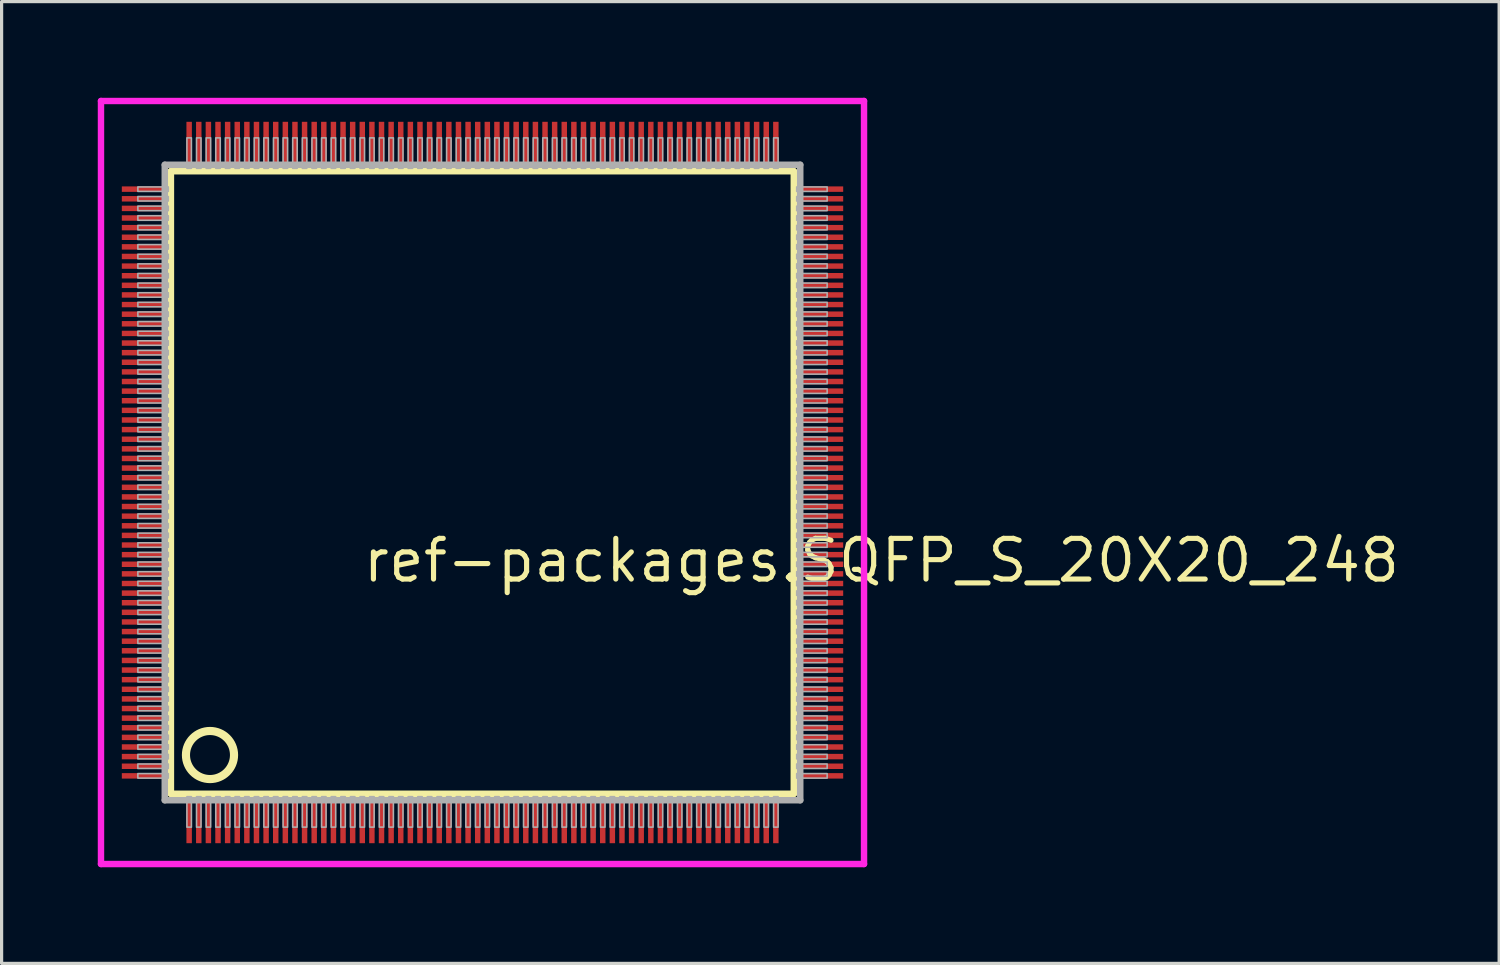
<source format=kicad_pcb>
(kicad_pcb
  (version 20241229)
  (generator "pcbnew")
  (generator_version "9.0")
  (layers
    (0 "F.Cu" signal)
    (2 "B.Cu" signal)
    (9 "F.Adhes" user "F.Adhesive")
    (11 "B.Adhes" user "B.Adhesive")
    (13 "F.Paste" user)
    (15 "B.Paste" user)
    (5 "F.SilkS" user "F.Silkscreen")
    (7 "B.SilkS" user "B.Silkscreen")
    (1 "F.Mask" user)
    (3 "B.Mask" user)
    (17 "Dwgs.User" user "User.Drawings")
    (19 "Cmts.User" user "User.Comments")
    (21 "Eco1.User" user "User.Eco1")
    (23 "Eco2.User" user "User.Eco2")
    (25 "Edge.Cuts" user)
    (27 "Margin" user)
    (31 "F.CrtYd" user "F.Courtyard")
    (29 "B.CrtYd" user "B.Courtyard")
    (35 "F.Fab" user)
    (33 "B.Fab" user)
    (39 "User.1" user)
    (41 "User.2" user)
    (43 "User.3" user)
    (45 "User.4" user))
  (footprint "ref-packages.SQFP_S_20X20_248"
    (layer "F.Cu")
    (at 12 12)
    (property "Reference" "ref-packages.SQFP_S_20X20_248" (at -3.81 3.175 0) (layer "F.SilkS") (effects (font (size 1.27 1.27) (thickness 0.16)) (justify left bottom)))
    (attr smd)
    (fp_line (start -9.72 -9.71) (end 9.71 -9.71) (stroke (width 0.203) (type default)) (layer "F.SilkS"))
    (fp_line (start -9.72 9.71) (end -9.72 -9.71) (stroke (width 0.203) (type default)) (layer "F.SilkS"))
    (fp_line (start 9.71 9.71) (end -9.72 9.71) (stroke (width 0.203) (type default)) (layer "F.SilkS"))
    (fp_line (start 9.71 -9.71) (end 9.71 9.71) (stroke (width 0.203) (type default)) (layer "F.SilkS"))
    (fp_circle (center -8.5 8.5) (end -7.75 8.5) (stroke (width 0.254) (type default)) (fill no) (layer "F.SilkS"))
    (fp_line (start -11.9 -11.9) (end 11.9 -11.9) (stroke (width 0.2) (type default)) (layer "F.CrtYd"))
    (fp_line (start -11.9 11.9) (end -11.9 -11.9) (stroke (width 0.2) (type default)) (layer "F.CrtYd"))
    (fp_line (start 11.9 -11.9) (end 11.9 11.9) (stroke (width 0.2) (type default)) (layer "F.CrtYd"))
    (fp_line (start 11.9 11.9) (end -11.9 11.9) (stroke (width 0.2) (type default)) (layer "F.CrtYd"))
    (fp_line (start -9.91 -9.91) (end -9.91 9.91) (stroke (width 0.203) (type default)) (layer "F.Fab"))
    (fp_line (start -9.91 9.91) (end 9.91 9.91) (stroke (width 0.203) (type default)) (layer "F.Fab"))
    (fp_line (start 9.91 -9.91) (end -9.91 -9.91) (stroke (width 0.203) (type default)) (layer "F.Fab"))
    (fp_line (start 9.91 9.91) (end 9.91 -9.91) (stroke (width 0.203) (type default)) (layer "F.Fab"))
    (fp_rect (start -10.75 -9.08) (end -9.8 -9.22) (stroke (width 0.05) (type default)) (fill no) (layer "F.Fab"))
    (fp_rect (start -10.75 -8.78) (end -9.8 -8.92) (stroke (width 0.05) (type default)) (fill no) (layer "F.Fab"))
    (fp_rect (start -10.75 -8.48) (end -9.8 -8.62) (stroke (width 0.05) (type default)) (fill no) (layer "F.Fab"))
    (fp_rect (start -10.75 -8.18) (end -9.8 -8.32) (stroke (width 0.05) (type default)) (fill no) (layer "F.Fab"))
    (fp_rect (start -10.75 -7.88) (end -9.8 -8.02) (stroke (width 0.05) (type default)) (fill no) (layer "F.Fab"))
    (fp_rect (start -10.75 -7.58) (end -9.8 -7.72) (stroke (width 0.05) (type default)) (fill no) (layer "F.Fab"))
    (fp_rect (start -10.75 -7.28) (end -9.8 -7.42) (stroke (width 0.05) (type default)) (fill no) (layer "F.Fab"))
    (fp_rect (start -10.75 -6.98) (end -9.8 -7.12) (stroke (width 0.05) (type default)) (fill no) (layer "F.Fab"))
    (fp_rect (start -10.75 -6.68) (end -9.8 -6.82) (stroke (width 0.05) (type default)) (fill no) (layer "F.Fab"))
    (fp_rect (start -10.75 -6.38) (end -9.8 -6.52) (stroke (width 0.05) (type default)) (fill no) (layer "F.Fab"))
    (fp_rect (start -10.75 -6.08) (end -9.8 -6.22) (stroke (width 0.05) (type default)) (fill no) (layer "F.Fab"))
    (fp_rect (start -10.75 -5.78) (end -9.8 -5.92) (stroke (width 0.05) (type default)) (fill no) (layer "F.Fab"))
    (fp_rect (start -10.75 -5.48) (end -9.8 -5.62) (stroke (width 0.05) (type default)) (fill no) (layer "F.Fab"))
    (fp_rect (start -10.75 -5.18) (end -9.8 -5.32) (stroke (width 0.05) (type default)) (fill no) (layer "F.Fab"))
    (fp_rect (start -10.75 -4.88) (end -9.8 -5.02) (stroke (width 0.05) (type default)) (fill no) (layer "F.Fab"))
    (fp_rect (start -10.75 -4.58) (end -9.8 -4.72) (stroke (width 0.05) (type default)) (fill no) (layer "F.Fab"))
    (fp_rect (start -10.75 -4.28) (end -9.8 -4.42) (stroke (width 0.05) (type default)) (fill no) (layer "F.Fab"))
    (fp_rect (start -10.75 -3.98) (end -9.8 -4.12) (stroke (width 0.05) (type default)) (fill no) (layer "F.Fab"))
    (fp_rect (start -10.75 -3.68) (end -9.8 -3.82) (stroke (width 0.05) (type default)) (fill no) (layer "F.Fab"))
    (fp_rect (start -10.75 -3.38) (end -9.8 -3.52) (stroke (width 0.05) (type default)) (fill no) (layer "F.Fab"))
    (fp_rect (start -10.75 -3.08) (end -9.8 -3.22) (stroke (width 0.05) (type default)) (fill no) (layer "F.Fab"))
    (fp_rect (start -10.75 -2.78) (end -9.8 -2.92) (stroke (width 0.05) (type default)) (fill no) (layer "F.Fab"))
    (fp_rect (start -10.75 -2.48) (end -9.8 -2.62) (stroke (width 0.05) (type default)) (fill no) (layer "F.Fab"))
    (fp_rect (start -10.75 -2.18) (end -9.8 -2.32) (stroke (width 0.05) (type default)) (fill no) (layer "F.Fab"))
    (fp_rect (start -10.75 -1.88) (end -9.8 -2.02) (stroke (width 0.05) (type default)) (fill no) (layer "F.Fab"))
    (fp_rect (start -10.75 -1.58) (end -9.8 -1.72) (stroke (width 0.05) (type default)) (fill no) (layer "F.Fab"))
    (fp_rect (start -10.75 -1.28) (end -9.8 -1.42) (stroke (width 0.05) (type default)) (fill no) (layer "F.Fab"))
    (fp_rect (start -10.75 -0.98) (end -9.8 -1.12) (stroke (width 0.05) (type default)) (fill no) (layer "F.Fab"))
    (fp_rect (start -10.75 -0.68) (end -9.8 -0.82) (stroke (width 0.05) (type default)) (fill no) (layer "F.Fab"))
    (fp_rect (start -10.75 -0.38) (end -9.8 -0.52) (stroke (width 0.05) (type default)) (fill no) (layer "F.Fab"))
    (fp_rect (start -10.75 -0.08) (end -9.8 -0.22) (stroke (width 0.05) (type default)) (fill no) (layer "F.Fab"))
    (fp_rect (start -10.75 0.22) (end -9.8 0.08) (stroke (width 0.05) (type default)) (fill no) (layer "F.Fab"))
    (fp_rect (start -10.75 0.52) (end -9.8 0.38) (stroke (width 0.05) (type default)) (fill no) (layer "F.Fab"))
    (fp_rect (start -10.75 0.82) (end -9.8 0.68) (stroke (width 0.05) (type default)) (fill no) (layer "F.Fab"))
    (fp_rect (start -10.75 1.12) (end -9.8 0.98) (stroke (width 0.05) (type default)) (fill no) (layer "F.Fab"))
    (fp_rect (start -10.75 1.42) (end -9.8 1.28) (stroke (width 0.05) (type default)) (fill no) (layer "F.Fab"))
    (fp_rect (start -10.75 1.72) (end -9.8 1.58) (stroke (width 0.05) (type default)) (fill no) (layer "F.Fab"))
    (fp_rect (start -10.75 2.02) (end -9.8 1.88) (stroke (width 0.05) (type default)) (fill no) (layer "F.Fab"))
    (fp_rect (start -10.75 2.32) (end -9.8 2.18) (stroke (width 0.05) (type default)) (fill no) (layer "F.Fab"))
    (fp_rect (start -10.75 2.62) (end -9.8 2.48) (stroke (width 0.05) (type default)) (fill no) (layer "F.Fab"))
    (fp_rect (start -10.75 2.92) (end -9.8 2.78) (stroke (width 0.05) (type default)) (fill no) (layer "F.Fab"))
    (fp_rect (start -10.75 3.22) (end -9.8 3.08) (stroke (width 0.05) (type default)) (fill no) (layer "F.Fab"))
    (fp_rect (start -10.75 3.52) (end -9.8 3.38) (stroke (width 0.05) (type default)) (fill no) (layer "F.Fab"))
    (fp_rect (start -10.75 3.82) (end -9.8 3.68) (stroke (width 0.05) (type default)) (fill no) (layer "F.Fab"))
    (fp_rect (start -10.75 4.12) (end -9.8 3.98) (stroke (width 0.05) (type default)) (fill no) (layer "F.Fab"))
    (fp_rect (start -10.75 4.42) (end -9.8 4.28) (stroke (width 0.05) (type default)) (fill no) (layer "F.Fab"))
    (fp_rect (start -10.75 4.72) (end -9.8 4.58) (stroke (width 0.05) (type default)) (fill no) (layer "F.Fab"))
    (fp_rect (start -10.75 5.02) (end -9.8 4.88) (stroke (width 0.05) (type default)) (fill no) (layer "F.Fab"))
    (fp_rect (start -10.75 5.32) (end -9.8 5.18) (stroke (width 0.05) (type default)) (fill no) (layer "F.Fab"))
    (fp_rect (start -10.75 5.62) (end -9.8 5.48) (stroke (width 0.05) (type default)) (fill no) (layer "F.Fab"))
    (fp_rect (start -10.75 5.92) (end -9.8 5.78) (stroke (width 0.05) (type default)) (fill no) (layer "F.Fab"))
    (fp_rect (start -10.75 6.22) (end -9.8 6.08) (stroke (width 0.05) (type default)) (fill no) (layer "F.Fab"))
    (fp_rect (start -10.75 6.52) (end -9.8 6.38) (stroke (width 0.05) (type default)) (fill no) (layer "F.Fab"))
    (fp_rect (start -10.75 6.82) (end -9.8 6.68) (stroke (width 0.05) (type default)) (fill no) (layer "F.Fab"))
    (fp_rect (start -10.75 7.12) (end -9.8 6.98) (stroke (width 0.05) (type default)) (fill no) (layer "F.Fab"))
    (fp_rect (start -10.75 7.42) (end -9.8 7.28) (stroke (width 0.05) (type default)) (fill no) (layer "F.Fab"))
    (fp_rect (start -10.75 7.72) (end -9.8 7.58) (stroke (width 0.05) (type default)) (fill no) (layer "F.Fab"))
    (fp_rect (start -10.75 8.02) (end -9.8 7.88) (stroke (width 0.05) (type default)) (fill no) (layer "F.Fab"))
    (fp_rect (start -10.75 8.32) (end -9.8 8.18) (stroke (width 0.05) (type default)) (fill no) (layer "F.Fab"))
    (fp_rect (start -10.75 8.62) (end -9.8 8.48) (stroke (width 0.05) (type default)) (fill no) (layer "F.Fab"))
    (fp_rect (start -10.75 8.92) (end -9.8 8.78) (stroke (width 0.05) (type default)) (fill no) (layer "F.Fab"))
    (fp_rect (start -10.75 9.22) (end -9.8 9.08) (stroke (width 0.05) (type default)) (fill no) (layer "F.Fab"))
    (fp_rect (start -9.22 -9.8) (end -9.08 -10.75) (stroke (width 0.05) (type default)) (fill no) (layer "F.Fab"))
    (fp_rect (start -9.22 10.75) (end -9.08 9.8) (stroke (width 0.05) (type default)) (fill no) (layer "F.Fab"))
    (fp_rect (start -8.92 -9.8) (end -8.78 -10.75) (stroke (width 0.05) (type default)) (fill no) (layer "F.Fab"))
    (fp_rect (start -8.92 10.75) (end -8.78 9.8) (stroke (width 0.05) (type default)) (fill no) (layer "F.Fab"))
    (fp_rect (start -8.62 -9.8) (end -8.48 -10.75) (stroke (width 0.05) (type default)) (fill no) (layer "F.Fab"))
    (fp_rect (start -8.62 10.75) (end -8.48 9.8) (stroke (width 0.05) (type default)) (fill no) (layer "F.Fab"))
    (fp_rect (start -8.32 -9.8) (end -8.18 -10.75) (stroke (width 0.05) (type default)) (fill no) (layer "F.Fab"))
    (fp_rect (start -8.32 10.75) (end -8.18 9.8) (stroke (width 0.05) (type default)) (fill no) (layer "F.Fab"))
    (fp_rect (start -8.02 -9.8) (end -7.88 -10.75) (stroke (width 0.05) (type default)) (fill no) (layer "F.Fab"))
    (fp_rect (start -8.02 10.75) (end -7.88 9.8) (stroke (width 0.05) (type default)) (fill no) (layer "F.Fab"))
    (fp_rect (start -7.72 -9.8) (end -7.58 -10.75) (stroke (width 0.05) (type default)) (fill no) (layer "F.Fab"))
    (fp_rect (start -7.72 10.75) (end -7.58 9.8) (stroke (width 0.05) (type default)) (fill no) (layer "F.Fab"))
    (fp_rect (start -7.42 -9.8) (end -7.28 -10.75) (stroke (width 0.05) (type default)) (fill no) (layer "F.Fab"))
    (fp_rect (start -7.42 10.75) (end -7.28 9.8) (stroke (width 0.05) (type default)) (fill no) (layer "F.Fab"))
    (fp_rect (start -7.12 -9.8) (end -6.98 -10.75) (stroke (width 0.05) (type default)) (fill no) (layer "F.Fab"))
    (fp_rect (start -7.12 10.75) (end -6.98 9.8) (stroke (width 0.05) (type default)) (fill no) (layer "F.Fab"))
    (fp_rect (start -6.82 -9.8) (end -6.68 -10.75) (stroke (width 0.05) (type default)) (fill no) (layer "F.Fab"))
    (fp_rect (start -6.82 10.75) (end -6.68 9.8) (stroke (width 0.05) (type default)) (fill no) (layer "F.Fab"))
    (fp_rect (start -6.52 -9.8) (end -6.38 -10.75) (stroke (width 0.05) (type default)) (fill no) (layer "F.Fab"))
    (fp_rect (start -6.52 10.75) (end -6.38 9.8) (stroke (width 0.05) (type default)) (fill no) (layer "F.Fab"))
    (fp_rect (start -6.22 -9.8) (end -6.08 -10.75) (stroke (width 0.05) (type default)) (fill no) (layer "F.Fab"))
    (fp_rect (start -6.22 10.75) (end -6.08 9.8) (stroke (width 0.05) (type default)) (fill no) (layer "F.Fab"))
    (fp_rect (start -5.92 -9.8) (end -5.78 -10.75) (stroke (width 0.05) (type default)) (fill no) (layer "F.Fab"))
    (fp_rect (start -5.92 10.75) (end -5.78 9.8) (stroke (width 0.05) (type default)) (fill no) (layer "F.Fab"))
    (fp_rect (start -5.62 -9.8) (end -5.48 -10.75) (stroke (width 0.05) (type default)) (fill no) (layer "F.Fab"))
    (fp_rect (start -5.62 10.75) (end -5.48 9.8) (stroke (width 0.05) (type default)) (fill no) (layer "F.Fab"))
    (fp_rect (start -5.32 -9.8) (end -5.18 -10.75) (stroke (width 0.05) (type default)) (fill no) (layer "F.Fab"))
    (fp_rect (start -5.32 10.75) (end -5.18 9.8) (stroke (width 0.05) (type default)) (fill no) (layer "F.Fab"))
    (fp_rect (start -5.02 -9.8) (end -4.88 -10.75) (stroke (width 0.05) (type default)) (fill no) (layer "F.Fab"))
    (fp_rect (start -5.02 10.75) (end -4.88 9.8) (stroke (width 0.05) (type default)) (fill no) (layer "F.Fab"))
    (fp_rect (start -4.72 -9.8) (end -4.58 -10.75) (stroke (width 0.05) (type default)) (fill no) (layer "F.Fab"))
    (fp_rect (start -4.72 10.75) (end -4.58 9.8) (stroke (width 0.05) (type default)) (fill no) (layer "F.Fab"))
    (fp_rect (start -4.42 -9.8) (end -4.28 -10.75) (stroke (width 0.05) (type default)) (fill no) (layer "F.Fab"))
    (fp_rect (start -4.42 10.75) (end -4.28 9.8) (stroke (width 0.05) (type default)) (fill no) (layer "F.Fab"))
    (fp_rect (start -4.12 -9.8) (end -3.98 -10.75) (stroke (width 0.05) (type default)) (fill no) (layer "F.Fab"))
    (fp_rect (start -4.12 10.75) (end -3.98 9.8) (stroke (width 0.05) (type default)) (fill no) (layer "F.Fab"))
    (fp_rect (start -3.82 -9.8) (end -3.68 -10.75) (stroke (width 0.05) (type default)) (fill no) (layer "F.Fab"))
    (fp_rect (start -3.82 10.75) (end -3.68 9.8) (stroke (width 0.05) (type default)) (fill no) (layer "F.Fab"))
    (fp_rect (start -3.52 -9.8) (end -3.38 -10.75) (stroke (width 0.05) (type default)) (fill no) (layer "F.Fab"))
    (fp_rect (start -3.52 10.75) (end -3.38 9.8) (stroke (width 0.05) (type default)) (fill no) (layer "F.Fab"))
    (fp_rect (start -3.22 -9.8) (end -3.08 -10.75) (stroke (width 0.05) (type default)) (fill no) (layer "F.Fab"))
    (fp_rect (start -3.22 10.75) (end -3.08 9.8) (stroke (width 0.05) (type default)) (fill no) (layer "F.Fab"))
    (fp_rect (start -2.92 -9.8) (end -2.78 -10.75) (stroke (width 0.05) (type default)) (fill no) (layer "F.Fab"))
    (fp_rect (start -2.92 10.75) (end -2.78 9.8) (stroke (width 0.05) (type default)) (fill no) (layer "F.Fab"))
    (fp_rect (start -2.62 -9.8) (end -2.48 -10.75) (stroke (width 0.05) (type default)) (fill no) (layer "F.Fab"))
    (fp_rect (start -2.62 10.75) (end -2.48 9.8) (stroke (width 0.05) (type default)) (fill no) (layer "F.Fab"))
    (fp_rect (start -2.32 -9.8) (end -2.18 -10.75) (stroke (width 0.05) (type default)) (fill no) (layer "F.Fab"))
    (fp_rect (start -2.32 10.75) (end -2.18 9.8) (stroke (width 0.05) (type default)) (fill no) (layer "F.Fab"))
    (fp_rect (start -2.02 -9.8) (end -1.88 -10.75) (stroke (width 0.05) (type default)) (fill no) (layer "F.Fab"))
    (fp_rect (start -2.02 10.75) (end -1.88 9.8) (stroke (width 0.05) (type default)) (fill no) (layer "F.Fab"))
    (fp_rect (start -1.72 -9.8) (end -1.58 -10.75) (stroke (width 0.05) (type default)) (fill no) (layer "F.Fab"))
    (fp_rect (start -1.72 10.75) (end -1.58 9.8) (stroke (width 0.05) (type default)) (fill no) (layer "F.Fab"))
    (fp_rect (start -1.42 -9.8) (end -1.28 -10.75) (stroke (width 0.05) (type default)) (fill no) (layer "F.Fab"))
    (fp_rect (start -1.42 10.75) (end -1.28 9.8) (stroke (width 0.05) (type default)) (fill no) (layer "F.Fab"))
    (fp_rect (start -1.12 -9.8) (end -0.98 -10.75) (stroke (width 0.05) (type default)) (fill no) (layer "F.Fab"))
    (fp_rect (start -1.12 10.75) (end -0.98 9.8) (stroke (width 0.05) (type default)) (fill no) (layer "F.Fab"))
    (fp_rect (start -0.82 -9.8) (end -0.68 -10.75) (stroke (width 0.05) (type default)) (fill no) (layer "F.Fab"))
    (fp_rect (start -0.82 10.75) (end -0.68 9.8) (stroke (width 0.05) (type default)) (fill no) (layer "F.Fab"))
    (fp_rect (start -0.52 -9.8) (end -0.38 -10.75) (stroke (width 0.05) (type default)) (fill no) (layer "F.Fab"))
    (fp_rect (start -0.52 10.75) (end -0.38 9.8) (stroke (width 0.05) (type default)) (fill no) (layer "F.Fab"))
    (fp_rect (start -0.22 -9.8) (end -0.08 -10.75) (stroke (width 0.05) (type default)) (fill no) (layer "F.Fab"))
    (fp_rect (start -0.22 10.75) (end -0.08 9.8) (stroke (width 0.05) (type default)) (fill no) (layer "F.Fab"))
    (fp_rect (start 0.08 -9.8) (end 0.22 -10.75) (stroke (width 0.05) (type default)) (fill no) (layer "F.Fab"))
    (fp_rect (start 0.08 10.75) (end 0.22 9.8) (stroke (width 0.05) (type default)) (fill no) (layer "F.Fab"))
    (fp_rect (start 0.38 -9.8) (end 0.52 -10.75) (stroke (width 0.05) (type default)) (fill no) (layer "F.Fab"))
    (fp_rect (start 0.38 10.75) (end 0.52 9.8) (stroke (width 0.05) (type default)) (fill no) (layer "F.Fab"))
    (fp_rect (start 0.68 -9.8) (end 0.82 -10.75) (stroke (width 0.05) (type default)) (fill no) (layer "F.Fab"))
    (fp_rect (start 0.68 10.75) (end 0.82 9.8) (stroke (width 0.05) (type default)) (fill no) (layer "F.Fab"))
    (fp_rect (start 0.98 -9.8) (end 1.12 -10.75) (stroke (width 0.05) (type default)) (fill no) (layer "F.Fab"))
    (fp_rect (start 0.98 10.75) (end 1.12 9.8) (stroke (width 0.05) (type default)) (fill no) (layer "F.Fab"))
    (fp_rect (start 1.28 -9.8) (end 1.42 -10.75) (stroke (width 0.05) (type default)) (fill no) (layer "F.Fab"))
    (fp_rect (start 1.28 10.75) (end 1.42 9.8) (stroke (width 0.05) (type default)) (fill no) (layer "F.Fab"))
    (fp_rect (start 1.58 -9.8) (end 1.72 -10.75) (stroke (width 0.05) (type default)) (fill no) (layer "F.Fab"))
    (fp_rect (start 1.58 10.75) (end 1.72 9.8) (stroke (width 0.05) (type default)) (fill no) (layer "F.Fab"))
    (fp_rect (start 1.88 -9.8) (end 2.02 -10.75) (stroke (width 0.05) (type default)) (fill no) (layer "F.Fab"))
    (fp_rect (start 1.88 10.75) (end 2.02 9.8) (stroke (width 0.05) (type default)) (fill no) (layer "F.Fab"))
    (fp_rect (start 2.18 -9.8) (end 2.32 -10.75) (stroke (width 0.05) (type default)) (fill no) (layer "F.Fab"))
    (fp_rect (start 2.18 10.75) (end 2.32 9.8) (stroke (width 0.05) (type default)) (fill no) (layer "F.Fab"))
    (fp_rect (start 2.48 -9.8) (end 2.62 -10.75) (stroke (width 0.05) (type default)) (fill no) (layer "F.Fab"))
    (fp_rect (start 2.48 10.75) (end 2.62 9.8) (stroke (width 0.05) (type default)) (fill no) (layer "F.Fab"))
    (fp_rect (start 2.78 -9.8) (end 2.92 -10.75) (stroke (width 0.05) (type default)) (fill no) (layer "F.Fab"))
    (fp_rect (start 2.78 10.75) (end 2.92 9.8) (stroke (width 0.05) (type default)) (fill no) (layer "F.Fab"))
    (fp_rect (start 3.08 -9.8) (end 3.22 -10.75) (stroke (width 0.05) (type default)) (fill no) (layer "F.Fab"))
    (fp_rect (start 3.08 10.75) (end 3.22 9.8) (stroke (width 0.05) (type default)) (fill no) (layer "F.Fab"))
    (fp_rect (start 3.38 -9.8) (end 3.52 -10.75) (stroke (width 0.05) (type default)) (fill no) (layer "F.Fab"))
    (fp_rect (start 3.38 10.75) (end 3.52 9.8) (stroke (width 0.05) (type default)) (fill no) (layer "F.Fab"))
    (fp_rect (start 3.68 -9.8) (end 3.82 -10.75) (stroke (width 0.05) (type default)) (fill no) (layer "F.Fab"))
    (fp_rect (start 3.68 10.75) (end 3.82 9.8) (stroke (width 0.05) (type default)) (fill no) (layer "F.Fab"))
    (fp_rect (start 3.98 -9.8) (end 4.12 -10.75) (stroke (width 0.05) (type default)) (fill no) (layer "F.Fab"))
    (fp_rect (start 3.98 10.75) (end 4.12 9.8) (stroke (width 0.05) (type default)) (fill no) (layer "F.Fab"))
    (fp_rect (start 4.28 -9.8) (end 4.42 -10.75) (stroke (width 0.05) (type default)) (fill no) (layer "F.Fab"))
    (fp_rect (start 4.28 10.75) (end 4.42 9.8) (stroke (width 0.05) (type default)) (fill no) (layer "F.Fab"))
    (fp_rect (start 4.58 -9.8) (end 4.72 -10.75) (stroke (width 0.05) (type default)) (fill no) (layer "F.Fab"))
    (fp_rect (start 4.58 10.75) (end 4.72 9.8) (stroke (width 0.05) (type default)) (fill no) (layer "F.Fab"))
    (fp_rect (start 4.88 -9.8) (end 5.02 -10.75) (stroke (width 0.05) (type default)) (fill no) (layer "F.Fab"))
    (fp_rect (start 4.88 10.75) (end 5.02 9.8) (stroke (width 0.05) (type default)) (fill no) (layer "F.Fab"))
    (fp_rect (start 5.18 -9.8) (end 5.32 -10.75) (stroke (width 0.05) (type default)) (fill no) (layer "F.Fab"))
    (fp_rect (start 5.18 10.75) (end 5.32 9.8) (stroke (width 0.05) (type default)) (fill no) (layer "F.Fab"))
    (fp_rect (start 5.48 -9.8) (end 5.62 -10.75) (stroke (width 0.05) (type default)) (fill no) (layer "F.Fab"))
    (fp_rect (start 5.48 10.75) (end 5.62 9.8) (stroke (width 0.05) (type default)) (fill no) (layer "F.Fab"))
    (fp_rect (start 5.78 -9.8) (end 5.92 -10.75) (stroke (width 0.05) (type default)) (fill no) (layer "F.Fab"))
    (fp_rect (start 5.78 10.75) (end 5.92 9.8) (stroke (width 0.05) (type default)) (fill no) (layer "F.Fab"))
    (fp_rect (start 6.08 -9.8) (end 6.22 -10.75) (stroke (width 0.05) (type default)) (fill no) (layer "F.Fab"))
    (fp_rect (start 6.08 10.75) (end 6.22 9.8) (stroke (width 0.05) (type default)) (fill no) (layer "F.Fab"))
    (fp_rect (start 6.38 -9.8) (end 6.52 -10.75) (stroke (width 0.05) (type default)) (fill no) (layer "F.Fab"))
    (fp_rect (start 6.38 10.75) (end 6.52 9.8) (stroke (width 0.05) (type default)) (fill no) (layer "F.Fab"))
    (fp_rect (start 6.68 -9.8) (end 6.82 -10.75) (stroke (width 0.05) (type default)) (fill no) (layer "F.Fab"))
    (fp_rect (start 6.68 10.75) (end 6.82 9.8) (stroke (width 0.05) (type default)) (fill no) (layer "F.Fab"))
    (fp_rect (start 6.98 -9.8) (end 7.12 -10.75) (stroke (width 0.05) (type default)) (fill no) (layer "F.Fab"))
    (fp_rect (start 6.98 10.75) (end 7.12 9.8) (stroke (width 0.05) (type default)) (fill no) (layer "F.Fab"))
    (fp_rect (start 7.28 -9.8) (end 7.42 -10.75) (stroke (width 0.05) (type default)) (fill no) (layer "F.Fab"))
    (fp_rect (start 7.28 10.75) (end 7.42 9.8) (stroke (width 0.05) (type default)) (fill no) (layer "F.Fab"))
    (fp_rect (start 7.58 -9.8) (end 7.72 -10.75) (stroke (width 0.05) (type default)) (fill no) (layer "F.Fab"))
    (fp_rect (start 7.58 10.75) (end 7.72 9.8) (stroke (width 0.05) (type default)) (fill no) (layer "F.Fab"))
    (fp_rect (start 7.88 -9.8) (end 8.02 -10.75) (stroke (width 0.05) (type default)) (fill no) (layer "F.Fab"))
    (fp_rect (start 7.88 10.75) (end 8.02 9.8) (stroke (width 0.05) (type default)) (fill no) (layer "F.Fab"))
    (fp_rect (start 8.18 -9.8) (end 8.32 -10.75) (stroke (width 0.05) (type default)) (fill no) (layer "F.Fab"))
    (fp_rect (start 8.18 10.75) (end 8.32 9.8) (stroke (width 0.05) (type default)) (fill no) (layer "F.Fab"))
    (fp_rect (start 8.48 -9.8) (end 8.62 -10.75) (stroke (width 0.05) (type default)) (fill no) (layer "F.Fab"))
    (fp_rect (start 8.48 10.75) (end 8.62 9.8) (stroke (width 0.05) (type default)) (fill no) (layer "F.Fab"))
    (fp_rect (start 8.78 -9.8) (end 8.92 -10.75) (stroke (width 0.05) (type default)) (fill no) (layer "F.Fab"))
    (fp_rect (start 8.78 10.75) (end 8.92 9.8) (stroke (width 0.05) (type default)) (fill no) (layer "F.Fab"))
    (fp_rect (start 9.08 -9.8) (end 9.22 -10.75) (stroke (width 0.05) (type default)) (fill no) (layer "F.Fab"))
    (fp_rect (start 9.08 10.75) (end 9.22 9.8) (stroke (width 0.05) (type default)) (fill no) (layer "F.Fab"))
    (fp_rect (start 9.8 -9.08) (end 10.75 -9.22) (stroke (width 0.05) (type default)) (fill no) (layer "F.Fab"))
    (fp_rect (start 9.8 -8.78) (end 10.75 -8.92) (stroke (width 0.05) (type default)) (fill no) (layer "F.Fab"))
    (fp_rect (start 9.8 -8.48) (end 10.75 -8.62) (stroke (width 0.05) (type default)) (fill no) (layer "F.Fab"))
    (fp_rect (start 9.8 -8.18) (end 10.75 -8.32) (stroke (width 0.05) (type default)) (fill no) (layer "F.Fab"))
    (fp_rect (start 9.8 -7.88) (end 10.75 -8.02) (stroke (width 0.05) (type default)) (fill no) (layer "F.Fab"))
    (fp_rect (start 9.8 -7.58) (end 10.75 -7.72) (stroke (width 0.05) (type default)) (fill no) (layer "F.Fab"))
    (fp_rect (start 9.8 -7.28) (end 10.75 -7.42) (stroke (width 0.05) (type default)) (fill no) (layer "F.Fab"))
    (fp_rect (start 9.8 -6.98) (end 10.75 -7.12) (stroke (width 0.05) (type default)) (fill no) (layer "F.Fab"))
    (fp_rect (start 9.8 -6.68) (end 10.75 -6.82) (stroke (width 0.05) (type default)) (fill no) (layer "F.Fab"))
    (fp_rect (start 9.8 -6.38) (end 10.75 -6.52) (stroke (width 0.05) (type default)) (fill no) (layer "F.Fab"))
    (fp_rect (start 9.8 -6.08) (end 10.75 -6.22) (stroke (width 0.05) (type default)) (fill no) (layer "F.Fab"))
    (fp_rect (start 9.8 -5.78) (end 10.75 -5.92) (stroke (width 0.05) (type default)) (fill no) (layer "F.Fab"))
    (fp_rect (start 9.8 -5.48) (end 10.75 -5.62) (stroke (width 0.05) (type default)) (fill no) (layer "F.Fab"))
    (fp_rect (start 9.8 -5.18) (end 10.75 -5.32) (stroke (width 0.05) (type default)) (fill no) (layer "F.Fab"))
    (fp_rect (start 9.8 -4.88) (end 10.75 -5.02) (stroke (width 0.05) (type default)) (fill no) (layer "F.Fab"))
    (fp_rect (start 9.8 -4.58) (end 10.75 -4.72) (stroke (width 0.05) (type default)) (fill no) (layer "F.Fab"))
    (fp_rect (start 9.8 -4.28) (end 10.75 -4.42) (stroke (width 0.05) (type default)) (fill no) (layer "F.Fab"))
    (fp_rect (start 9.8 -3.98) (end 10.75 -4.12) (stroke (width 0.05) (type default)) (fill no) (layer "F.Fab"))
    (fp_rect (start 9.8 -3.68) (end 10.75 -3.82) (stroke (width 0.05) (type default)) (fill no) (layer "F.Fab"))
    (fp_rect (start 9.8 -3.38) (end 10.75 -3.52) (stroke (width 0.05) (type default)) (fill no) (layer "F.Fab"))
    (fp_rect (start 9.8 -3.08) (end 10.75 -3.22) (stroke (width 0.05) (type default)) (fill no) (layer "F.Fab"))
    (fp_rect (start 9.8 -2.78) (end 10.75 -2.92) (stroke (width 0.05) (type default)) (fill no) (layer "F.Fab"))
    (fp_rect (start 9.8 -2.48) (end 10.75 -2.62) (stroke (width 0.05) (type default)) (fill no) (layer "F.Fab"))
    (fp_rect (start 9.8 -2.18) (end 10.75 -2.32) (stroke (width 0.05) (type default)) (fill no) (layer "F.Fab"))
    (fp_rect (start 9.8 -1.88) (end 10.75 -2.02) (stroke (width 0.05) (type default)) (fill no) (layer "F.Fab"))
    (fp_rect (start 9.8 -1.58) (end 10.75 -1.72) (stroke (width 0.05) (type default)) (fill no) (layer "F.Fab"))
    (fp_rect (start 9.8 -1.28) (end 10.75 -1.42) (stroke (width 0.05) (type default)) (fill no) (layer "F.Fab"))
    (fp_rect (start 9.8 -0.98) (end 10.75 -1.12) (stroke (width 0.05) (type default)) (fill no) (layer "F.Fab"))
    (fp_rect (start 9.8 -0.68) (end 10.75 -0.82) (stroke (width 0.05) (type default)) (fill no) (layer "F.Fab"))
    (fp_rect (start 9.8 -0.38) (end 10.75 -0.52) (stroke (width 0.05) (type default)) (fill no) (layer "F.Fab"))
    (fp_rect (start 9.8 -0.08) (end 10.75 -0.22) (stroke (width 0.05) (type default)) (fill no) (layer "F.Fab"))
    (fp_rect (start 9.8 0.22) (end 10.75 0.08) (stroke (width 0.05) (type default)) (fill no) (layer "F.Fab"))
    (fp_rect (start 9.8 0.52) (end 10.75 0.38) (stroke (width 0.05) (type default)) (fill no) (layer "F.Fab"))
    (fp_rect (start 9.8 0.82) (end 10.75 0.68) (stroke (width 0.05) (type default)) (fill no) (layer "F.Fab"))
    (fp_rect (start 9.8 1.12) (end 10.75 0.98) (stroke (width 0.05) (type default)) (fill no) (layer "F.Fab"))
    (fp_rect (start 9.8 1.42) (end 10.75 1.28) (stroke (width 0.05) (type default)) (fill no) (layer "F.Fab"))
    (fp_rect (start 9.8 1.72) (end 10.75 1.58) (stroke (width 0.05) (type default)) (fill no) (layer "F.Fab"))
    (fp_rect (start 9.8 2.02) (end 10.75 1.88) (stroke (width 0.05) (type default)) (fill no) (layer "F.Fab"))
    (fp_rect (start 9.8 2.32) (end 10.75 2.18) (stroke (width 0.05) (type default)) (fill no) (layer "F.Fab"))
    (fp_rect (start 9.8 2.62) (end 10.75 2.48) (stroke (width 0.05) (type default)) (fill no) (layer "F.Fab"))
    (fp_rect (start 9.8 2.92) (end 10.75 2.78) (stroke (width 0.05) (type default)) (fill no) (layer "F.Fab"))
    (fp_rect (start 9.8 3.22) (end 10.75 3.08) (stroke (width 0.05) (type default)) (fill no) (layer "F.Fab"))
    (fp_rect (start 9.8 3.52) (end 10.75 3.38) (stroke (width 0.05) (type default)) (fill no) (layer "F.Fab"))
    (fp_rect (start 9.8 3.82) (end 10.75 3.68) (stroke (width 0.05) (type default)) (fill no) (layer "F.Fab"))
    (fp_rect (start 9.8 4.12) (end 10.75 3.98) (stroke (width 0.05) (type default)) (fill no) (layer "F.Fab"))
    (fp_rect (start 9.8 4.42) (end 10.75 4.28) (stroke (width 0.05) (type default)) (fill no) (layer "F.Fab"))
    (fp_rect (start 9.8 4.72) (end 10.75 4.58) (stroke (width 0.05) (type default)) (fill no) (layer "F.Fab"))
    (fp_rect (start 9.8 5.02) (end 10.75 4.88) (stroke (width 0.05) (type default)) (fill no) (layer "F.Fab"))
    (fp_rect (start 9.8 5.32) (end 10.75 5.18) (stroke (width 0.05) (type default)) (fill no) (layer "F.Fab"))
    (fp_rect (start 9.8 5.62) (end 10.75 5.48) (stroke (width 0.05) (type default)) (fill no) (layer "F.Fab"))
    (fp_rect (start 9.8 5.92) (end 10.75 5.78) (stroke (width 0.05) (type default)) (fill no) (layer "F.Fab"))
    (fp_rect (start 9.8 6.22) (end 10.75 6.08) (stroke (width 0.05) (type default)) (fill no) (layer "F.Fab"))
    (fp_rect (start 9.8 6.52) (end 10.75 6.38) (stroke (width 0.05) (type default)) (fill no) (layer "F.Fab"))
    (fp_rect (start 9.8 6.82) (end 10.75 6.68) (stroke (width 0.05) (type default)) (fill no) (layer "F.Fab"))
    (fp_rect (start 9.8 7.12) (end 10.75 6.98) (stroke (width 0.05) (type default)) (fill no) (layer "F.Fab"))
    (fp_rect (start 9.8 7.42) (end 10.75 7.28) (stroke (width 0.05) (type default)) (fill no) (layer "F.Fab"))
    (fp_rect (start 9.8 7.72) (end 10.75 7.58) (stroke (width 0.05) (type default)) (fill no) (layer "F.Fab"))
    (fp_rect (start 9.8 8.02) (end 10.75 7.88) (stroke (width 0.05) (type default)) (fill no) (layer "F.Fab"))
    (fp_rect (start 9.8 8.32) (end 10.75 8.18) (stroke (width 0.05) (type default)) (fill no) (layer "F.Fab"))
    (fp_rect (start 9.8 8.62) (end 10.75 8.48) (stroke (width 0.05) (type default)) (fill no) (layer "F.Fab"))
    (fp_rect (start 9.8 8.92) (end 10.75 8.78) (stroke (width 0.05) (type default)) (fill no) (layer "F.Fab"))
    (fp_rect (start 9.8 9.22) (end 10.75 9.08) (stroke (width 0.05) (type default)) (fill no) (layer "F.Fab"))
    (pad "1" smd roundrect (at -9.15 10.45) (size 0.17 1.6) (layers "F.Cu" "F.Mask" "F.Paste") (roundrect_rratio 0.01))
    (pad "2" smd roundrect (at -8.85 10.45) (size 0.17 1.6) (layers "F.Cu" "F.Mask" "F.Paste") (roundrect_rratio 0.01))
    (pad "3" smd roundrect (at -8.55 10.45) (size 0.17 1.6) (layers "F.Cu" "F.Mask" "F.Paste") (roundrect_rratio 0.01))
    (pad "4" smd roundrect (at -8.25 10.45) (size 0.17 1.6) (layers "F.Cu" "F.Mask" "F.Paste") (roundrect_rratio 0.01))
    (pad "5" smd roundrect (at -7.95 10.45) (size 0.17 1.6) (layers "F.Cu" "F.Mask" "F.Paste") (roundrect_rratio 0.01))
    (pad "6" smd roundrect (at -7.65 10.45) (size 0.17 1.6) (layers "F.Cu" "F.Mask" "F.Paste") (roundrect_rratio 0.01))
    (pad "7" smd roundrect (at -7.35 10.45) (size 0.17 1.6) (layers "F.Cu" "F.Mask" "F.Paste") (roundrect_rratio 0.01))
    (pad "8" smd roundrect (at -7.05 10.45) (size 0.17 1.6) (layers "F.Cu" "F.Mask" "F.Paste") (roundrect_rratio 0.01))
    (pad "9" smd roundrect (at -6.75 10.45) (size 0.17 1.6) (layers "F.Cu" "F.Mask" "F.Paste") (roundrect_rratio 0.01))
    (pad "10" smd roundrect (at -6.45 10.45) (size 0.17 1.6) (layers "F.Cu" "F.Mask" "F.Paste") (roundrect_rratio 0.01))
    (pad "11" smd roundrect (at -6.15 10.45) (size 0.17 1.6) (layers "F.Cu" "F.Mask" "F.Paste") (roundrect_rratio 0.01))
    (pad "12" smd roundrect (at -5.85 10.45) (size 0.17 1.6) (layers "F.Cu" "F.Mask" "F.Paste") (roundrect_rratio 0.01))
    (pad "13" smd roundrect (at -5.55 10.45) (size 0.17 1.6) (layers "F.Cu" "F.Mask" "F.Paste") (roundrect_rratio 0.01))
    (pad "14" smd roundrect (at -5.25 10.45) (size 0.17 1.6) (layers "F.Cu" "F.Mask" "F.Paste") (roundrect_rratio 0.01))
    (pad "15" smd roundrect (at -4.95 10.45) (size 0.17 1.6) (layers "F.Cu" "F.Mask" "F.Paste") (roundrect_rratio 0.01))
    (pad "16" smd roundrect (at -4.65 10.45) (size 0.17 1.6) (layers "F.Cu" "F.Mask" "F.Paste") (roundrect_rratio 0.01))
    (pad "17" smd roundrect (at -4.35 10.45) (size 0.17 1.6) (layers "F.Cu" "F.Mask" "F.Paste") (roundrect_rratio 0.01))
    (pad "18" smd roundrect (at -4.05 10.45) (size 0.17 1.6) (layers "F.Cu" "F.Mask" "F.Paste") (roundrect_rratio 0.01))
    (pad "19" smd roundrect (at -3.75 10.45) (size 0.17 1.6) (layers "F.Cu" "F.Mask" "F.Paste") (roundrect_rratio 0.01))
    (pad "20" smd roundrect (at -3.45 10.45) (size 0.17 1.6) (layers "F.Cu" "F.Mask" "F.Paste") (roundrect_rratio 0.01))
    (pad "21" smd roundrect (at -3.15 10.45) (size 0.17 1.6) (layers "F.Cu" "F.Mask" "F.Paste") (roundrect_rratio 0.01))
    (pad "22" smd roundrect (at -2.85 10.45) (size 0.17 1.6) (layers "F.Cu" "F.Mask" "F.Paste") (roundrect_rratio 0.01))
    (pad "23" smd roundrect (at -2.55 10.45) (size 0.17 1.6) (layers "F.Cu" "F.Mask" "F.Paste") (roundrect_rratio 0.01))
    (pad "24" smd roundrect (at -2.25 10.45) (size 0.17 1.6) (layers "F.Cu" "F.Mask" "F.Paste") (roundrect_rratio 0.01))
    (pad "25" smd roundrect (at -1.95 10.45) (size 0.17 1.6) (layers "F.Cu" "F.Mask" "F.Paste") (roundrect_rratio 0.01))
    (pad "26" smd roundrect (at -1.65 10.45) (size 0.17 1.6) (layers "F.Cu" "F.Mask" "F.Paste") (roundrect_rratio 0.01))
    (pad "27" smd roundrect (at -1.35 10.45) (size 0.17 1.6) (layers "F.Cu" "F.Mask" "F.Paste") (roundrect_rratio 0.01))
    (pad "28" smd roundrect (at -1.05 10.45) (size 0.17 1.6) (layers "F.Cu" "F.Mask" "F.Paste") (roundrect_rratio 0.01))
    (pad "29" smd roundrect (at -0.75 10.45) (size 0.17 1.6) (layers "F.Cu" "F.Mask" "F.Paste") (roundrect_rratio 0.01))
    (pad "30" smd roundrect (at -0.45 10.45) (size 0.17 1.6) (layers "F.Cu" "F.Mask" "F.Paste") (roundrect_rratio 0.01))
    (pad "31" smd roundrect (at -0.15 10.45) (size 0.17 1.6) (layers "F.Cu" "F.Mask" "F.Paste") (roundrect_rratio 0.01))
    (pad "32" smd roundrect (at 0.15 10.45) (size 0.17 1.6) (layers "F.Cu" "F.Mask" "F.Paste") (roundrect_rratio 0.01))
    (pad "33" smd roundrect (at 0.45 10.45) (size 0.17 1.6) (layers "F.Cu" "F.Mask" "F.Paste") (roundrect_rratio 0.01))
    (pad "34" smd roundrect (at 0.75 10.45) (size 0.17 1.6) (layers "F.Cu" "F.Mask" "F.Paste") (roundrect_rratio 0.01))
    (pad "35" smd roundrect (at 1.05 10.45) (size 0.17 1.6) (layers "F.Cu" "F.Mask" "F.Paste") (roundrect_rratio 0.01))
    (pad "36" smd roundrect (at 1.35 10.45) (size 0.17 1.6) (layers "F.Cu" "F.Mask" "F.Paste") (roundrect_rratio 0.01))
    (pad "37" smd roundrect (at 1.65 10.45) (size 0.17 1.6) (layers "F.Cu" "F.Mask" "F.Paste") (roundrect_rratio 0.01))
    (pad "38" smd roundrect (at 1.95 10.45) (size 0.17 1.6) (layers "F.Cu" "F.Mask" "F.Paste") (roundrect_rratio 0.01))
    (pad "39" smd roundrect (at 2.25 10.45) (size 0.17 1.6) (layers "F.Cu" "F.Mask" "F.Paste") (roundrect_rratio 0.01))
    (pad "40" smd roundrect (at 2.55 10.45) (size 0.17 1.6) (layers "F.Cu" "F.Mask" "F.Paste") (roundrect_rratio 0.01))
    (pad "41" smd roundrect (at 2.85 10.45) (size 0.17 1.6) (layers "F.Cu" "F.Mask" "F.Paste") (roundrect_rratio 0.01))
    (pad "42" smd roundrect (at 3.15 10.45) (size 0.17 1.6) (layers "F.Cu" "F.Mask" "F.Paste") (roundrect_rratio 0.01))
    (pad "43" smd roundrect (at 3.45 10.45) (size 0.17 1.6) (layers "F.Cu" "F.Mask" "F.Paste") (roundrect_rratio 0.01))
    (pad "44" smd roundrect (at 3.75 10.45) (size 0.17 1.6) (layers "F.Cu" "F.Mask" "F.Paste") (roundrect_rratio 0.01))
    (pad "45" smd roundrect (at 4.05 10.45) (size 0.17 1.6) (layers "F.Cu" "F.Mask" "F.Paste") (roundrect_rratio 0.01))
    (pad "46" smd roundrect (at 4.35 10.45) (size 0.17 1.6) (layers "F.Cu" "F.Mask" "F.Paste") (roundrect_rratio 0.01))
    (pad "47" smd roundrect (at 4.65 10.45) (size 0.17 1.6) (layers "F.Cu" "F.Mask" "F.Paste") (roundrect_rratio 0.01))
    (pad "48" smd roundrect (at 4.95 10.45) (size 0.17 1.6) (layers "F.Cu" "F.Mask" "F.Paste") (roundrect_rratio 0.01))
    (pad "49" smd roundrect (at 5.25 10.45) (size 0.17 1.6) (layers "F.Cu" "F.Mask" "F.Paste") (roundrect_rratio 0.01))
    (pad "50" smd roundrect (at 5.55 10.45) (size 0.17 1.6) (layers "F.Cu" "F.Mask" "F.Paste") (roundrect_rratio 0.01))
    (pad "51" smd roundrect (at 5.85 10.45) (size 0.17 1.6) (layers "F.Cu" "F.Mask" "F.Paste") (roundrect_rratio 0.01))
    (pad "52" smd roundrect (at 6.15 10.45) (size 0.17 1.6) (layers "F.Cu" "F.Mask" "F.Paste") (roundrect_rratio 0.01))
    (pad "53" smd roundrect (at 6.45 10.45) (size 0.17 1.6) (layers "F.Cu" "F.Mask" "F.Paste") (roundrect_rratio 0.01))
    (pad "54" smd roundrect (at 6.75 10.45) (size 0.17 1.6) (layers "F.Cu" "F.Mask" "F.Paste") (roundrect_rratio 0.01))
    (pad "55" smd roundrect (at 7.05 10.45) (size 0.17 1.6) (layers "F.Cu" "F.Mask" "F.Paste") (roundrect_rratio 0.01))
    (pad "56" smd roundrect (at 7.35 10.45) (size 0.17 1.6) (layers "F.Cu" "F.Mask" "F.Paste") (roundrect_rratio 0.01))
    (pad "57" smd roundrect (at 7.65 10.45) (size 0.17 1.6) (layers "F.Cu" "F.Mask" "F.Paste") (roundrect_rratio 0.01))
    (pad "58" smd roundrect (at 7.95 10.45) (size 0.17 1.6) (layers "F.Cu" "F.Mask" "F.Paste") (roundrect_rratio 0.01))
    (pad "59" smd roundrect (at 8.25 10.45) (size 0.17 1.6) (layers "F.Cu" "F.Mask" "F.Paste") (roundrect_rratio 0.01))
    (pad "60" smd roundrect (at 8.55 10.45) (size 0.17 1.6) (layers "F.Cu" "F.Mask" "F.Paste") (roundrect_rratio 0.01))
    (pad "61" smd roundrect (at 8.85 10.45) (size 0.17 1.6) (layers "F.Cu" "F.Mask" "F.Paste") (roundrect_rratio 0.01))
    (pad "62" smd roundrect (at 9.15 10.45) (size 0.17 1.6) (layers "F.Cu" "F.Mask" "F.Paste") (roundrect_rratio 0.01))
    (pad "63" smd roundrect (at 10.45 9.15) (size 1.6 0.17) (layers "F.Cu" "F.Mask" "F.Paste") (roundrect_rratio 0.01))
    (pad "64" smd roundrect (at 10.45 8.85) (size 1.6 0.17) (layers "F.Cu" "F.Mask" "F.Paste") (roundrect_rratio 0.01))
    (pad "65" smd roundrect (at 10.45 8.55) (size 1.6 0.17) (layers "F.Cu" "F.Mask" "F.Paste") (roundrect_rratio 0.01))
    (pad "66" smd roundrect (at 10.45 8.25) (size 1.6 0.17) (layers "F.Cu" "F.Mask" "F.Paste") (roundrect_rratio 0.01))
    (pad "67" smd roundrect (at 10.45 7.95) (size 1.6 0.17) (layers "F.Cu" "F.Mask" "F.Paste") (roundrect_rratio 0.01))
    (pad "68" smd roundrect (at 10.45 7.65) (size 1.6 0.17) (layers "F.Cu" "F.Mask" "F.Paste") (roundrect_rratio 0.01))
    (pad "69" smd roundrect (at 10.45 7.35) (size 1.6 0.17) (layers "F.Cu" "F.Mask" "F.Paste") (roundrect_rratio 0.01))
    (pad "70" smd roundrect (at 10.45 7.05) (size 1.6 0.17) (layers "F.Cu" "F.Mask" "F.Paste") (roundrect_rratio 0.01))
    (pad "71" smd roundrect (at 10.45 6.75) (size 1.6 0.17) (layers "F.Cu" "F.Mask" "F.Paste") (roundrect_rratio 0.01))
    (pad "72" smd roundrect (at 10.45 6.45) (size 1.6 0.17) (layers "F.Cu" "F.Mask" "F.Paste") (roundrect_rratio 0.01))
    (pad "73" smd roundrect (at 10.45 6.15) (size 1.6 0.17) (layers "F.Cu" "F.Mask" "F.Paste") (roundrect_rratio 0.01))
    (pad "74" smd roundrect (at 10.45 5.85) (size 1.6 0.17) (layers "F.Cu" "F.Mask" "F.Paste") (roundrect_rratio 0.01))
    (pad "75" smd roundrect (at 10.45 5.55) (size 1.6 0.17) (layers "F.Cu" "F.Mask" "F.Paste") (roundrect_rratio 0.01))
    (pad "76" smd roundrect (at 10.45 5.25) (size 1.6 0.17) (layers "F.Cu" "F.Mask" "F.Paste") (roundrect_rratio 0.01))
    (pad "77" smd roundrect (at 10.45 4.95) (size 1.6 0.17) (layers "F.Cu" "F.Mask" "F.Paste") (roundrect_rratio 0.01))
    (pad "78" smd roundrect (at 10.45 4.65) (size 1.6 0.17) (layers "F.Cu" "F.Mask" "F.Paste") (roundrect_rratio 0.01))
    (pad "79" smd roundrect (at 10.45 4.35) (size 1.6 0.17) (layers "F.Cu" "F.Mask" "F.Paste") (roundrect_rratio 0.01))
    (pad "80" smd roundrect (at 10.45 4.05) (size 1.6 0.17) (layers "F.Cu" "F.Mask" "F.Paste") (roundrect_rratio 0.01))
    (pad "81" smd roundrect (at 10.45 3.75) (size 1.6 0.17) (layers "F.Cu" "F.Mask" "F.Paste") (roundrect_rratio 0.01))
    (pad "82" smd roundrect (at 10.45 3.45) (size 1.6 0.17) (layers "F.Cu" "F.Mask" "F.Paste") (roundrect_rratio 0.01))
    (pad "83" smd roundrect (at 10.45 3.15) (size 1.6 0.17) (layers "F.Cu" "F.Mask" "F.Paste") (roundrect_rratio 0.01))
    (pad "84" smd roundrect (at 10.45 2.85) (size 1.6 0.17) (layers "F.Cu" "F.Mask" "F.Paste") (roundrect_rratio 0.01))
    (pad "85" smd roundrect (at 10.45 2.55) (size 1.6 0.17) (layers "F.Cu" "F.Mask" "F.Paste") (roundrect_rratio 0.01))
    (pad "86" smd roundrect (at 10.45 2.25) (size 1.6 0.17) (layers "F.Cu" "F.Mask" "F.Paste") (roundrect_rratio 0.01))
    (pad "87" smd roundrect (at 10.45 1.95) (size 1.6 0.17) (layers "F.Cu" "F.Mask" "F.Paste") (roundrect_rratio 0.01))
    (pad "88" smd roundrect (at 10.45 1.65) (size 1.6 0.17) (layers "F.Cu" "F.Mask" "F.Paste") (roundrect_rratio 0.01))
    (pad "89" smd roundrect (at 10.45 1.35) (size 1.6 0.17) (layers "F.Cu" "F.Mask" "F.Paste") (roundrect_rratio 0.01))
    (pad "90" smd roundrect (at 10.45 1.05) (size 1.6 0.17) (layers "F.Cu" "F.Mask" "F.Paste") (roundrect_rratio 0.01))
    (pad "91" smd roundrect (at 10.45 0.75) (size 1.6 0.17) (layers "F.Cu" "F.Mask" "F.Paste") (roundrect_rratio 0.01))
    (pad "92" smd roundrect (at 10.45 0.45) (size 1.6 0.17) (layers "F.Cu" "F.Mask" "F.Paste") (roundrect_rratio 0.01))
    (pad "93" smd roundrect (at 10.45 0.15) (size 1.6 0.17) (layers "F.Cu" "F.Mask" "F.Paste") (roundrect_rratio 0.01))
    (pad "94" smd roundrect (at 10.45 -0.15) (size 1.6 0.17) (layers "F.Cu" "F.Mask" "F.Paste") (roundrect_rratio 0.01))
    (pad "95" smd roundrect (at 10.45 -0.45) (size 1.6 0.17) (layers "F.Cu" "F.Mask" "F.Paste") (roundrect_rratio 0.01))
    (pad "96" smd roundrect (at 10.45 -0.75) (size 1.6 0.17) (layers "F.Cu" "F.Mask" "F.Paste") (roundrect_rratio 0.01))
    (pad "97" smd roundrect (at 10.45 -1.05) (size 1.6 0.17) (layers "F.Cu" "F.Mask" "F.Paste") (roundrect_rratio 0.01))
    (pad "98" smd roundrect (at 10.45 -1.35) (size 1.6 0.17) (layers "F.Cu" "F.Mask" "F.Paste") (roundrect_rratio 0.01))
    (pad "99" smd roundrect (at 10.45 -1.65) (size 1.6 0.17) (layers "F.Cu" "F.Mask" "F.Paste") (roundrect_rratio 0.01))
    (pad "100" smd roundrect (at 10.45 -1.95) (size 1.6 0.17) (layers "F.Cu" "F.Mask" "F.Paste") (roundrect_rratio 0.01))
    (pad "101" smd roundrect (at 10.45 -2.25) (size 1.6 0.17) (layers "F.Cu" "F.Mask" "F.Paste") (roundrect_rratio 0.01))
    (pad "102" smd roundrect (at 10.45 -2.55) (size 1.6 0.17) (layers "F.Cu" "F.Mask" "F.Paste") (roundrect_rratio 0.01))
    (pad "103" smd roundrect (at 10.45 -2.85) (size 1.6 0.17) (layers "F.Cu" "F.Mask" "F.Paste") (roundrect_rratio 0.01))
    (pad "104" smd roundrect (at 10.45 -3.15) (size 1.6 0.17) (layers "F.Cu" "F.Mask" "F.Paste") (roundrect_rratio 0.01))
    (pad "105" smd roundrect (at 10.45 -3.45) (size 1.6 0.17) (layers "F.Cu" "F.Mask" "F.Paste") (roundrect_rratio 0.01))
    (pad "106" smd roundrect (at 10.45 -3.75) (size 1.6 0.17) (layers "F.Cu" "F.Mask" "F.Paste") (roundrect_rratio 0.01))
    (pad "107" smd roundrect (at 10.45 -4.05) (size 1.6 0.17) (layers "F.Cu" "F.Mask" "F.Paste") (roundrect_rratio 0.01))
    (pad "108" smd roundrect (at 10.45 -4.35) (size 1.6 0.17) (layers "F.Cu" "F.Mask" "F.Paste") (roundrect_rratio 0.01))
    (pad "109" smd roundrect (at 10.45 -4.65) (size 1.6 0.17) (layers "F.Cu" "F.Mask" "F.Paste") (roundrect_rratio 0.01))
    (pad "110" smd roundrect (at 10.45 -4.95) (size 1.6 0.17) (layers "F.Cu" "F.Mask" "F.Paste") (roundrect_rratio 0.01))
    (pad "111" smd roundrect (at 10.45 -5.25) (size 1.6 0.17) (layers "F.Cu" "F.Mask" "F.Paste") (roundrect_rratio 0.01))
    (pad "112" smd roundrect (at 10.45 -5.55) (size 1.6 0.17) (layers "F.Cu" "F.Mask" "F.Paste") (roundrect_rratio 0.01))
    (pad "113" smd roundrect (at 10.45 -5.85) (size 1.6 0.17) (layers "F.Cu" "F.Mask" "F.Paste") (roundrect_rratio 0.01))
    (pad "114" smd roundrect (at 10.45 -6.15) (size 1.6 0.17) (layers "F.Cu" "F.Mask" "F.Paste") (roundrect_rratio 0.01))
    (pad "115" smd roundrect (at 10.45 -6.45) (size 1.6 0.17) (layers "F.Cu" "F.Mask" "F.Paste") (roundrect_rratio 0.01))
    (pad "116" smd roundrect (at 10.45 -6.75) (size 1.6 0.17) (layers "F.Cu" "F.Mask" "F.Paste") (roundrect_rratio 0.01))
    (pad "117" smd roundrect (at 10.45 -7.05) (size 1.6 0.17) (layers "F.Cu" "F.Mask" "F.Paste") (roundrect_rratio 0.01))
    (pad "118" smd roundrect (at 10.45 -7.35) (size 1.6 0.17) (layers "F.Cu" "F.Mask" "F.Paste") (roundrect_rratio 0.01))
    (pad "119" smd roundrect (at 10.45 -7.65) (size 1.6 0.17) (layers "F.Cu" "F.Mask" "F.Paste") (roundrect_rratio 0.01))
    (pad "120" smd roundrect (at 10.45 -7.95) (size 1.6 0.17) (layers "F.Cu" "F.Mask" "F.Paste") (roundrect_rratio 0.01))
    (pad "121" smd roundrect (at 10.45 -8.25) (size 1.6 0.17) (layers "F.Cu" "F.Mask" "F.Paste") (roundrect_rratio 0.01))
    (pad "122" smd roundrect (at 10.45 -8.55) (size 1.6 0.17) (layers "F.Cu" "F.Mask" "F.Paste") (roundrect_rratio 0.01))
    (pad "123" smd roundrect (at 10.45 -8.85) (size 1.6 0.17) (layers "F.Cu" "F.Mask" "F.Paste") (roundrect_rratio 0.01))
    (pad "124" smd roundrect (at 10.45 -9.15) (size 1.6 0.17) (layers "F.Cu" "F.Mask" "F.Paste") (roundrect_rratio 0.01))
    (pad "125" smd roundrect (at 9.15 -10.45) (size 0.17 1.6) (layers "F.Cu" "F.Mask" "F.Paste") (roundrect_rratio 0.01))
    (pad "126" smd roundrect (at 8.85 -10.45) (size 0.17 1.6) (layers "F.Cu" "F.Mask" "F.Paste") (roundrect_rratio 0.01))
    (pad "127" smd roundrect (at 8.55 -10.45) (size 0.17 1.6) (layers "F.Cu" "F.Mask" "F.Paste") (roundrect_rratio 0.01))
    (pad "128" smd roundrect (at 8.25 -10.45) (size 0.17 1.6) (layers "F.Cu" "F.Mask" "F.Paste") (roundrect_rratio 0.01))
    (pad "129" smd roundrect (at 7.95 -10.45) (size 0.17 1.6) (layers "F.Cu" "F.Mask" "F.Paste") (roundrect_rratio 0.01))
    (pad "130" smd roundrect (at 7.65 -10.45) (size 0.17 1.6) (layers "F.Cu" "F.Mask" "F.Paste") (roundrect_rratio 0.01))
    (pad "131" smd roundrect (at 7.35 -10.45) (size 0.17 1.6) (layers "F.Cu" "F.Mask" "F.Paste") (roundrect_rratio 0.01))
    (pad "132" smd roundrect (at 7.05 -10.45) (size 0.17 1.6) (layers "F.Cu" "F.Mask" "F.Paste") (roundrect_rratio 0.01))
    (pad "133" smd roundrect (at 6.75 -10.45) (size 0.17 1.6) (layers "F.Cu" "F.Mask" "F.Paste") (roundrect_rratio 0.01))
    (pad "134" smd roundrect (at 6.45 -10.45) (size 0.17 1.6) (layers "F.Cu" "F.Mask" "F.Paste") (roundrect_rratio 0.01))
    (pad "135" smd roundrect (at 6.15 -10.45) (size 0.17 1.6) (layers "F.Cu" "F.Mask" "F.Paste") (roundrect_rratio 0.01))
    (pad "136" smd roundrect (at 5.85 -10.45) (size 0.17 1.6) (layers "F.Cu" "F.Mask" "F.Paste") (roundrect_rratio 0.01))
    (pad "137" smd roundrect (at 5.55 -10.45) (size 0.17 1.6) (layers "F.Cu" "F.Mask" "F.Paste") (roundrect_rratio 0.01))
    (pad "138" smd roundrect (at 5.25 -10.45) (size 0.17 1.6) (layers "F.Cu" "F.Mask" "F.Paste") (roundrect_rratio 0.01))
    (pad "139" smd roundrect (at 4.95 -10.45) (size 0.17 1.6) (layers "F.Cu" "F.Mask" "F.Paste") (roundrect_rratio 0.01))
    (pad "140" smd roundrect (at 4.65 -10.45) (size 0.17 1.6) (layers "F.Cu" "F.Mask" "F.Paste") (roundrect_rratio 0.01))
    (pad "141" smd roundrect (at 4.35 -10.45) (size 0.17 1.6) (layers "F.Cu" "F.Mask" "F.Paste") (roundrect_rratio 0.01))
    (pad "142" smd roundrect (at 4.05 -10.45) (size 0.17 1.6) (layers "F.Cu" "F.Mask" "F.Paste") (roundrect_rratio 0.01))
    (pad "143" smd roundrect (at 3.75 -10.45) (size 0.17 1.6) (layers "F.Cu" "F.Mask" "F.Paste") (roundrect_rratio 0.01))
    (pad "144" smd roundrect (at 3.45 -10.45) (size 0.17 1.6) (layers "F.Cu" "F.Mask" "F.Paste") (roundrect_rratio 0.01))
    (pad "145" smd roundrect (at 3.15 -10.45) (size 0.17 1.6) (layers "F.Cu" "F.Mask" "F.Paste") (roundrect_rratio 0.01))
    (pad "146" smd roundrect (at 2.85 -10.45) (size 0.17 1.6) (layers "F.Cu" "F.Mask" "F.Paste") (roundrect_rratio 0.01))
    (pad "147" smd roundrect (at 2.55 -10.45) (size 0.17 1.6) (layers "F.Cu" "F.Mask" "F.Paste") (roundrect_rratio 0.01))
    (pad "148" smd roundrect (at 2.25 -10.45) (size 0.17 1.6) (layers "F.Cu" "F.Mask" "F.Paste") (roundrect_rratio 0.01))
    (pad "149" smd roundrect (at 1.95 -10.45) (size 0.17 1.6) (layers "F.Cu" "F.Mask" "F.Paste") (roundrect_rratio 0.01))
    (pad "150" smd roundrect (at 1.65 -10.45) (size 0.17 1.6) (layers "F.Cu" "F.Mask" "F.Paste") (roundrect_rratio 0.01))
    (pad "151" smd roundrect (at 1.35 -10.45) (size 0.17 1.6) (layers "F.Cu" "F.Mask" "F.Paste") (roundrect_rratio 0.01))
    (pad "152" smd roundrect (at 1.05 -10.45) (size 0.17 1.6) (layers "F.Cu" "F.Mask" "F.Paste") (roundrect_rratio 0.01))
    (pad "153" smd roundrect (at 0.75 -10.45) (size 0.17 1.6) (layers "F.Cu" "F.Mask" "F.Paste") (roundrect_rratio 0.01))
    (pad "154" smd roundrect (at 0.45 -10.45) (size 0.17 1.6) (layers "F.Cu" "F.Mask" "F.Paste") (roundrect_rratio 0.01))
    (pad "155" smd roundrect (at 0.15 -10.45) (size 0.17 1.6) (layers "F.Cu" "F.Mask" "F.Paste") (roundrect_rratio 0.01))
    (pad "156" smd roundrect (at -0.15 -10.45) (size 0.17 1.6) (layers "F.Cu" "F.Mask" "F.Paste") (roundrect_rratio 0.01))
    (pad "157" smd roundrect (at -0.45 -10.45) (size 0.17 1.6) (layers "F.Cu" "F.Mask" "F.Paste") (roundrect_rratio 0.01))
    (pad "158" smd roundrect (at -0.75 -10.45) (size 0.17 1.6) (layers "F.Cu" "F.Mask" "F.Paste") (roundrect_rratio 0.01))
    (pad "159" smd roundrect (at -1.05 -10.45) (size 0.17 1.6) (layers "F.Cu" "F.Mask" "F.Paste") (roundrect_rratio 0.01))
    (pad "160" smd roundrect (at -1.35 -10.45) (size 0.17 1.6) (layers "F.Cu" "F.Mask" "F.Paste") (roundrect_rratio 0.01))
    (pad "161" smd roundrect (at -1.65 -10.45) (size 0.17 1.6) (layers "F.Cu" "F.Mask" "F.Paste") (roundrect_rratio 0.01))
    (pad "162" smd roundrect (at -1.95 -10.45) (size 0.17 1.6) (layers "F.Cu" "F.Mask" "F.Paste") (roundrect_rratio 0.01))
    (pad "163" smd roundrect (at -2.25 -10.45) (size 0.17 1.6) (layers "F.Cu" "F.Mask" "F.Paste") (roundrect_rratio 0.01))
    (pad "164" smd roundrect (at -2.55 -10.45) (size 0.17 1.6) (layers "F.Cu" "F.Mask" "F.Paste") (roundrect_rratio 0.01))
    (pad "165" smd roundrect (at -2.85 -10.45) (size 0.17 1.6) (layers "F.Cu" "F.Mask" "F.Paste") (roundrect_rratio 0.01))
    (pad "166" smd roundrect (at -3.15 -10.45) (size 0.17 1.6) (layers "F.Cu" "F.Mask" "F.Paste") (roundrect_rratio 0.01))
    (pad "167" smd roundrect (at -3.45 -10.45) (size 0.17 1.6) (layers "F.Cu" "F.Mask" "F.Paste") (roundrect_rratio 0.01))
    (pad "168" smd roundrect (at -3.75 -10.45) (size 0.17 1.6) (layers "F.Cu" "F.Mask" "F.Paste") (roundrect_rratio 0.01))
    (pad "169" smd roundrect (at -4.05 -10.45) (size 0.17 1.6) (layers "F.Cu" "F.Mask" "F.Paste") (roundrect_rratio 0.01))
    (pad "170" smd roundrect (at -4.35 -10.45) (size 0.17 1.6) (layers "F.Cu" "F.Mask" "F.Paste") (roundrect_rratio 0.01))
    (pad "171" smd roundrect (at -4.65 -10.45) (size 0.17 1.6) (layers "F.Cu" "F.Mask" "F.Paste") (roundrect_rratio 0.01))
    (pad "172" smd roundrect (at -4.95 -10.45) (size 0.17 1.6) (layers "F.Cu" "F.Mask" "F.Paste") (roundrect_rratio 0.01))
    (pad "173" smd roundrect (at -5.25 -10.45) (size 0.17 1.6) (layers "F.Cu" "F.Mask" "F.Paste") (roundrect_rratio 0.01))
    (pad "174" smd roundrect (at -5.55 -10.45) (size 0.17 1.6) (layers "F.Cu" "F.Mask" "F.Paste") (roundrect_rratio 0.01))
    (pad "175" smd roundrect (at -5.85 -10.45) (size 0.17 1.6) (layers "F.Cu" "F.Mask" "F.Paste") (roundrect_rratio 0.01))
    (pad "176" smd roundrect (at -6.15 -10.45) (size 0.17 1.6) (layers "F.Cu" "F.Mask" "F.Paste") (roundrect_rratio 0.01))
    (pad "177" smd roundrect (at -6.45 -10.45) (size 0.17 1.6) (layers "F.Cu" "F.Mask" "F.Paste") (roundrect_rratio 0.01))
    (pad "178" smd roundrect (at -6.75 -10.45) (size 0.17 1.6) (layers "F.Cu" "F.Mask" "F.Paste") (roundrect_rratio 0.01))
    (pad "179" smd roundrect (at -7.05 -10.45) (size 0.17 1.6) (layers "F.Cu" "F.Mask" "F.Paste") (roundrect_rratio 0.01))
    (pad "180" smd roundrect (at -7.35 -10.45) (size 0.17 1.6) (layers "F.Cu" "F.Mask" "F.Paste") (roundrect_rratio 0.01))
    (pad "181" smd roundrect (at -7.65 -10.45) (size 0.17 1.6) (layers "F.Cu" "F.Mask" "F.Paste") (roundrect_rratio 0.01))
    (pad "182" smd roundrect (at -7.95 -10.45) (size 0.17 1.6) (layers "F.Cu" "F.Mask" "F.Paste") (roundrect_rratio 0.01))
    (pad "183" smd roundrect (at -8.25 -10.45) (size 0.17 1.6) (layers "F.Cu" "F.Mask" "F.Paste") (roundrect_rratio 0.01))
    (pad "184" smd roundrect (at -8.55 -10.45) (size 0.17 1.6) (layers "F.Cu" "F.Mask" "F.Paste") (roundrect_rratio 0.01))
    (pad "185" smd roundrect (at -8.85 -10.45) (size 0.17 1.6) (layers "F.Cu" "F.Mask" "F.Paste") (roundrect_rratio 0.01))
    (pad "186" smd roundrect (at -9.15 -10.45) (size 0.17 1.6) (layers "F.Cu" "F.Mask" "F.Paste") (roundrect_rratio 0.01))
    (pad "187" smd roundrect (at -10.45 -9.15) (size 1.6 0.17) (layers "F.Cu" "F.Mask" "F.Paste") (roundrect_rratio 0.01))
    (pad "188" smd roundrect (at -10.45 -8.85) (size 1.6 0.17) (layers "F.Cu" "F.Mask" "F.Paste") (roundrect_rratio 0.01))
    (pad "189" smd roundrect (at -10.45 -8.55) (size 1.6 0.17) (layers "F.Cu" "F.Mask" "F.Paste") (roundrect_rratio 0.01))
    (pad "190" smd roundrect (at -10.45 -8.25) (size 1.6 0.17) (layers "F.Cu" "F.Mask" "F.Paste") (roundrect_rratio 0.01))
    (pad "191" smd roundrect (at -10.45 -7.95) (size 1.6 0.17) (layers "F.Cu" "F.Mask" "F.Paste") (roundrect_rratio 0.01))
    (pad "192" smd roundrect (at -10.45 -7.65) (size 1.6 0.17) (layers "F.Cu" "F.Mask" "F.Paste") (roundrect_rratio 0.01))
    (pad "193" smd roundrect (at -10.45 -7.35) (size 1.6 0.17) (layers "F.Cu" "F.Mask" "F.Paste") (roundrect_rratio 0.01))
    (pad "194" smd roundrect (at -10.45 -7.05) (size 1.6 0.17) (layers "F.Cu" "F.Mask" "F.Paste") (roundrect_rratio 0.01))
    (pad "195" smd roundrect (at -10.45 -6.75) (size 1.6 0.17) (layers "F.Cu" "F.Mask" "F.Paste") (roundrect_rratio 0.01))
    (pad "196" smd roundrect (at -10.45 -6.45) (size 1.6 0.17) (layers "F.Cu" "F.Mask" "F.Paste") (roundrect_rratio 0.01))
    (pad "197" smd roundrect (at -10.45 -6.15) (size 1.6 0.17) (layers "F.Cu" "F.Mask" "F.Paste") (roundrect_rratio 0.01))
    (pad "198" smd roundrect (at -10.45 -5.85) (size 1.6 0.17) (layers "F.Cu" "F.Mask" "F.Paste") (roundrect_rratio 0.01))
    (pad "199" smd roundrect (at -10.45 -5.55) (size 1.6 0.17) (layers "F.Cu" "F.Mask" "F.Paste") (roundrect_rratio 0.01))
    (pad "200" smd roundrect (at -10.45 -5.25) (size 1.6 0.17) (layers "F.Cu" "F.Mask" "F.Paste") (roundrect_rratio 0.01))
    (pad "201" smd roundrect (at -10.45 -4.95) (size 1.6 0.17) (layers "F.Cu" "F.Mask" "F.Paste") (roundrect_rratio 0.01))
    (pad "202" smd roundrect (at -10.45 -4.65) (size 1.6 0.17) (layers "F.Cu" "F.Mask" "F.Paste") (roundrect_rratio 0.01))
    (pad "203" smd roundrect (at -10.45 -4.35) (size 1.6 0.17) (layers "F.Cu" "F.Mask" "F.Paste") (roundrect_rratio 0.01))
    (pad "204" smd roundrect (at -10.45 -4.05) (size 1.6 0.17) (layers "F.Cu" "F.Mask" "F.Paste") (roundrect_rratio 0.01))
    (pad "205" smd roundrect (at -10.45 -3.75) (size 1.6 0.17) (layers "F.Cu" "F.Mask" "F.Paste") (roundrect_rratio 0.01))
    (pad "206" smd roundrect (at -10.45 -3.45) (size 1.6 0.17) (layers "F.Cu" "F.Mask" "F.Paste") (roundrect_rratio 0.01))
    (pad "207" smd roundrect (at -10.45 -3.15) (size 1.6 0.17) (layers "F.Cu" "F.Mask" "F.Paste") (roundrect_rratio 0.01))
    (pad "208" smd roundrect (at -10.45 -2.85) (size 1.6 0.17) (layers "F.Cu" "F.Mask" "F.Paste") (roundrect_rratio 0.01))
    (pad "209" smd roundrect (at -10.45 -2.55) (size 1.6 0.17) (layers "F.Cu" "F.Mask" "F.Paste") (roundrect_rratio 0.01))
    (pad "210" smd roundrect (at -10.45 -2.25) (size 1.6 0.17) (layers "F.Cu" "F.Mask" "F.Paste") (roundrect_rratio 0.01))
    (pad "211" smd roundrect (at -10.45 -1.95) (size 1.6 0.17) (layers "F.Cu" "F.Mask" "F.Paste") (roundrect_rratio 0.01))
    (pad "212" smd roundrect (at -10.45 -1.65) (size 1.6 0.17) (layers "F.Cu" "F.Mask" "F.Paste") (roundrect_rratio 0.01))
    (pad "213" smd roundrect (at -10.45 -1.35) (size 1.6 0.17) (layers "F.Cu" "F.Mask" "F.Paste") (roundrect_rratio 0.01))
    (pad "214" smd roundrect (at -10.45 -1.05) (size 1.6 0.17) (layers "F.Cu" "F.Mask" "F.Paste") (roundrect_rratio 0.01))
    (pad "215" smd roundrect (at -10.45 -0.75) (size 1.6 0.17) (layers "F.Cu" "F.Mask" "F.Paste") (roundrect_rratio 0.01))
    (pad "216" smd roundrect (at -10.45 -0.45) (size 1.6 0.17) (layers "F.Cu" "F.Mask" "F.Paste") (roundrect_rratio 0.01))
    (pad "217" smd roundrect (at -10.45 -0.15) (size 1.6 0.17) (layers "F.Cu" "F.Mask" "F.Paste") (roundrect_rratio 0.01))
    (pad "218" smd roundrect (at -10.45 0.15) (size 1.6 0.17) (layers "F.Cu" "F.Mask" "F.Paste") (roundrect_rratio 0.01))
    (pad "219" smd roundrect (at -10.45 0.45) (size 1.6 0.17) (layers "F.Cu" "F.Mask" "F.Paste") (roundrect_rratio 0.01))
    (pad "220" smd roundrect (at -10.45 0.75) (size 1.6 0.17) (layers "F.Cu" "F.Mask" "F.Paste") (roundrect_rratio 0.01))
    (pad "221" smd roundrect (at -10.45 1.05) (size 1.6 0.17) (layers "F.Cu" "F.Mask" "F.Paste") (roundrect_rratio 0.01))
    (pad "222" smd roundrect (at -10.45 1.35) (size 1.6 0.17) (layers "F.Cu" "F.Mask" "F.Paste") (roundrect_rratio 0.01))
    (pad "223" smd roundrect (at -10.45 1.65) (size 1.6 0.17) (layers "F.Cu" "F.Mask" "F.Paste") (roundrect_rratio 0.01))
    (pad "224" smd roundrect (at -10.45 1.95) (size 1.6 0.17) (layers "F.Cu" "F.Mask" "F.Paste") (roundrect_rratio 0.01))
    (pad "225" smd roundrect (at -10.45 2.25) (size 1.6 0.17) (layers "F.Cu" "F.Mask" "F.Paste") (roundrect_rratio 0.01))
    (pad "226" smd roundrect (at -10.45 2.55) (size 1.6 0.17) (layers "F.Cu" "F.Mask" "F.Paste") (roundrect_rratio 0.01))
    (pad "227" smd roundrect (at -10.45 2.85) (size 1.6 0.17) (layers "F.Cu" "F.Mask" "F.Paste") (roundrect_rratio 0.01))
    (pad "228" smd roundrect (at -10.45 3.15) (size 1.6 0.17) (layers "F.Cu" "F.Mask" "F.Paste") (roundrect_rratio 0.01))
    (pad "229" smd roundrect (at -10.45 3.45) (size 1.6 0.17) (layers "F.Cu" "F.Mask" "F.Paste") (roundrect_rratio 0.01))
    (pad "230" smd roundrect (at -10.45 3.75) (size 1.6 0.17) (layers "F.Cu" "F.Mask" "F.Paste") (roundrect_rratio 0.01))
    (pad "231" smd roundrect (at -10.45 4.05) (size 1.6 0.17) (layers "F.Cu" "F.Mask" "F.Paste") (roundrect_rratio 0.01))
    (pad "232" smd roundrect (at -10.45 4.35) (size 1.6 0.17) (layers "F.Cu" "F.Mask" "F.Paste") (roundrect_rratio 0.01))
    (pad "233" smd roundrect (at -10.45 4.65) (size 1.6 0.17) (layers "F.Cu" "F.Mask" "F.Paste") (roundrect_rratio 0.01))
    (pad "234" smd roundrect (at -10.45 4.95) (size 1.6 0.17) (layers "F.Cu" "F.Mask" "F.Paste") (roundrect_rratio 0.01))
    (pad "235" smd roundrect (at -10.45 5.25) (size 1.6 0.17) (layers "F.Cu" "F.Mask" "F.Paste") (roundrect_rratio 0.01))
    (pad "236" smd roundrect (at -10.45 5.55) (size 1.6 0.17) (layers "F.Cu" "F.Mask" "F.Paste") (roundrect_rratio 0.01))
    (pad "237" smd roundrect (at -10.45 5.85) (size 1.6 0.17) (layers "F.Cu" "F.Mask" "F.Paste") (roundrect_rratio 0.01))
    (pad "238" smd roundrect (at -10.45 6.15) (size 1.6 0.17) (layers "F.Cu" "F.Mask" "F.Paste") (roundrect_rratio 0.01))
    (pad "239" smd roundrect (at -10.45 6.45) (size 1.6 0.17) (layers "F.Cu" "F.Mask" "F.Paste") (roundrect_rratio 0.01))
    (pad "240" smd roundrect (at -10.45 6.75) (size 1.6 0.17) (layers "F.Cu" "F.Mask" "F.Paste") (roundrect_rratio 0.01))
    (pad "241" smd roundrect (at -10.45 7.05) (size 1.6 0.17) (layers "F.Cu" "F.Mask" "F.Paste") (roundrect_rratio 0.01))
    (pad "242" smd roundrect (at -10.45 7.35) (size 1.6 0.17) (layers "F.Cu" "F.Mask" "F.Paste") (roundrect_rratio 0.01))
    (pad "243" smd roundrect (at -10.45 7.65) (size 1.6 0.17) (layers "F.Cu" "F.Mask" "F.Paste") (roundrect_rratio 0.01))
    (pad "244" smd roundrect (at -10.45 7.95) (size 1.6 0.17) (layers "F.Cu" "F.Mask" "F.Paste") (roundrect_rratio 0.01))
    (pad "245" smd roundrect (at -10.45 8.25) (size 1.6 0.17) (layers "F.Cu" "F.Mask" "F.Paste") (roundrect_rratio 0.01))
    (pad "246" smd roundrect (at -10.45 8.55) (size 1.6 0.17) (layers "F.Cu" "F.Mask" "F.Paste") (roundrect_rratio 0.01))
    (pad "247" smd roundrect (at -10.45 8.85) (size 1.6 0.17) (layers "F.Cu" "F.Mask" "F.Paste") (roundrect_rratio 0.01))
    (pad "248" smd roundrect (at -10.45 9.15) (size 1.6 0.17) (layers "F.Cu" "F.Mask" "F.Paste") (roundrect_rratio 0.01)))
  (gr_rect
    (start -3 -3)
    (end 43.71 27)
    (stroke (width 0.1) (type default))
    (fill no)
    (layer "Edge.Cuts")))
</source>
